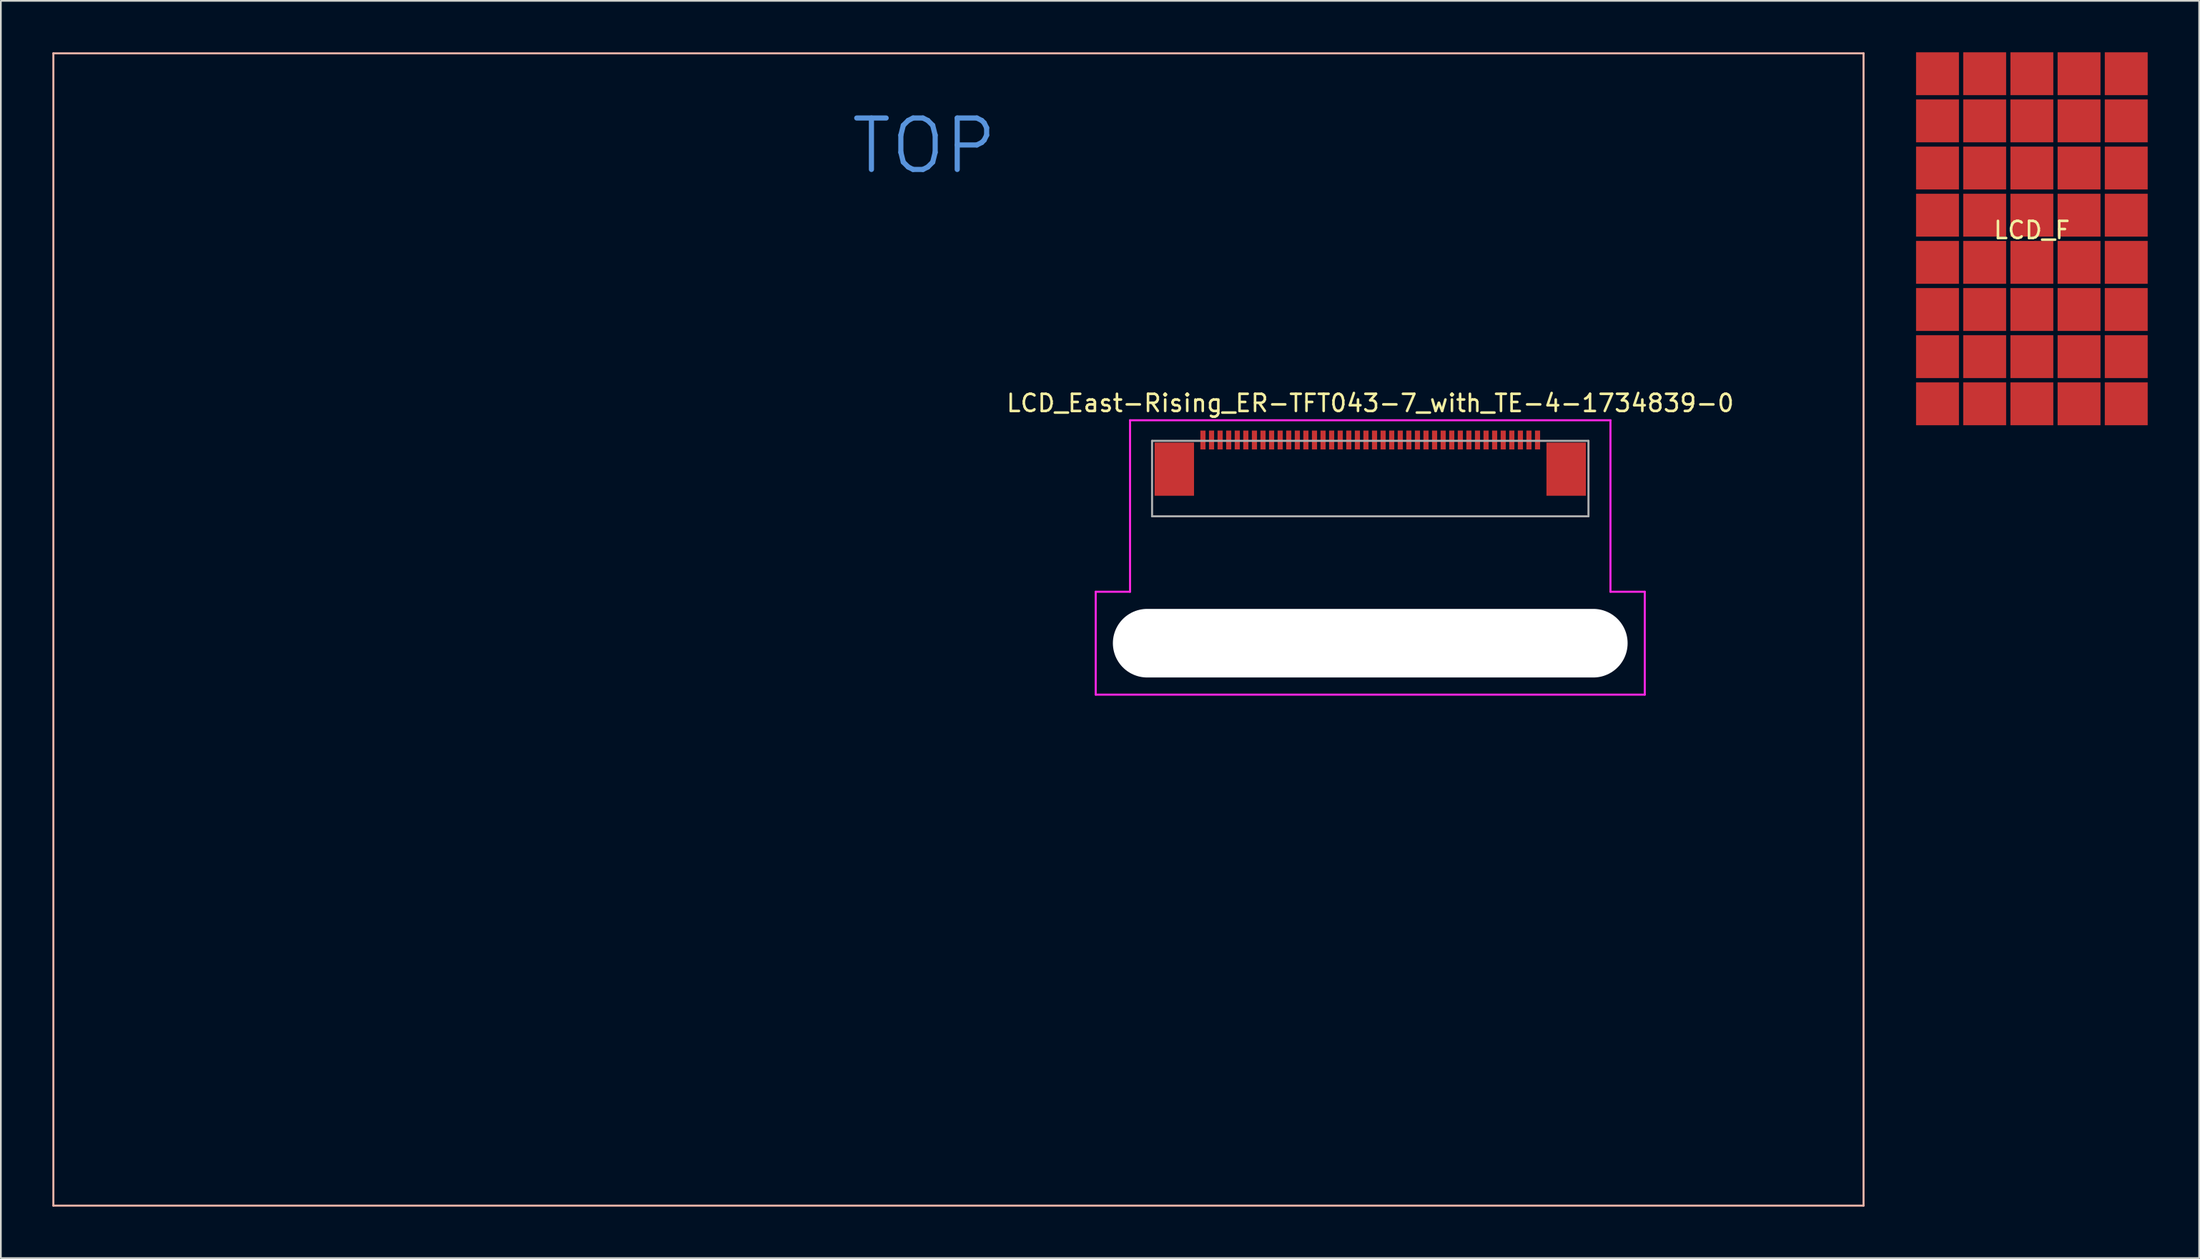
<source format=kicad_pcb>
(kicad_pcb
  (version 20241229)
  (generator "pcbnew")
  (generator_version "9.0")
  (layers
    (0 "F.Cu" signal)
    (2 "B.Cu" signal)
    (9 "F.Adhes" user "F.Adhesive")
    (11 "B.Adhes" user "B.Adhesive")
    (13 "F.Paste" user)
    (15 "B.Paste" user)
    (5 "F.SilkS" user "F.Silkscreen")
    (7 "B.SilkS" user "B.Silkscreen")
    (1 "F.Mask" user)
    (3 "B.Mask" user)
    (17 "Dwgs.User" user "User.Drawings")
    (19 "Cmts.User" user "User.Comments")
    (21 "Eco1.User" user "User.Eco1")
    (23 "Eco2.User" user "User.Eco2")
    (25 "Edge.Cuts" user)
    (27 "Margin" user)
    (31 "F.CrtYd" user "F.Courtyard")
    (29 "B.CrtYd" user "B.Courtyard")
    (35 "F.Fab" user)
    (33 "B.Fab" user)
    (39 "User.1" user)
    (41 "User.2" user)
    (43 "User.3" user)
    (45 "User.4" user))
  (footprint "LCD_F"
    (layer "F.Cu")
    (at 115.37 10.875)
    (property "Reference" "LCD_F" (at 0 -0.5 0) (unlocked yes) (layer "F.SilkS") (effects (font (size 1 1) (thickness 0.15))))
    (attr exclude_from_pos_files exclude_from_bom)
    (pad "1" smd rect (at -5.5 9.625) (size 2.5 2.5) (layers "F.Cu"))
    (pad "2" smd rect (at -2.75 9.625) (size 2.5 2.5) (layers "F.Cu"))
    (pad "3" smd rect (at 0 9.625) (size 2.5 2.5) (layers "F.Cu"))
    (pad "4" smd rect (at 2.75 9.625) (size 2.5 2.5) (layers "F.Cu"))
    (pad "5" smd rect (at 5.5 9.625) (size 2.5 2.5) (layers "F.Cu"))
    (pad "6" smd rect (at -5.5 6.875) (size 2.5 2.5) (layers "F.Cu" "F.Mask"))
    (pad "7" smd rect (at -2.75 6.875) (size 2.5 2.5) (layers "F.Cu"))
    (pad "8" smd rect (at 0 6.875) (size 2.5 2.5) (layers "F.Cu"))
    (pad "9" smd rect (at 2.75 6.875) (size 2.5 2.5) (layers "F.Cu"))
    (pad "10" smd rect (at 5.5 6.875) (size 2.5 2.5) (layers "F.Cu"))
    (pad "11" smd rect (at -5.5 4.125) (size 2.5 2.5) (layers "F.Cu" "F.Mask"))
    (pad "12" smd rect (at -2.75 4.125) (size 2.5 2.5) (layers "F.Cu"))
    (pad "13" smd rect (at 0 4.125) (size 2.5 2.5) (layers "F.Cu"))
    (pad "14" smd rect (at 2.75 4.125) (size 2.5 2.5) (layers "F.Cu"))
    (pad "15" smd rect (at 5.5 4.125) (size 2.5 2.5) (layers "F.Cu"))
    (pad "16" smd rect (at -5.5 1.375) (size 2.5 2.5) (layers "F.Cu" "F.Mask"))
    (pad "17" smd rect (at -2.75 1.375) (size 2.5 2.5) (layers "F.Cu"))
    (pad "18" smd rect (at 0 1.375) (size 2.5 2.5) (layers "F.Cu"))
    (pad "19" smd rect (at 2.75 1.375) (size 2.5 2.5) (layers "F.Cu"))
    (pad "20" smd rect (at 5.5 1.375) (size 2.5 2.5) (layers "F.Cu"))
    (pad "21" smd rect (at -5.5 -1.375) (size 2.5 2.5) (layers "F.Cu" "F.Mask"))
    (pad "22" smd rect (at -2.75 -1.375) (size 2.5 2.5) (layers "F.Cu" "F.Mask"))
    (pad "23" smd rect (at 0 -1.375) (size 2.5 2.5) (layers "F.Cu" "F.Mask"))
    (pad "24" smd rect (at 2.75 -1.375) (size 2.5 2.5) (layers "F.Cu" "F.Mask"))
    (pad "25" smd rect (at 5.5 -1.375) (size 2.5 2.5) (layers "F.Cu"))
    (pad "26" smd rect (at -5.5 -4.125) (size 2.5 2.5) (layers "F.Cu" "F.Mask"))
    (pad "27" smd rect (at -2.75 -4.125) (size 2.5 2.5) (layers "F.Cu"))
    (pad "28" smd rect (at 0 -4.125) (size 2.5 2.5) (layers "F.Cu"))
    (pad "29" smd rect (at 2.75 -4.125) (size 2.5 2.5) (layers "F.Cu"))
    (pad "30" smd rect (at 5.5 -4.125) (size 2.5 2.5) (layers "F.Cu"))
    (pad "31" smd rect (at -5.5 -6.875) (size 2.5 2.5) (layers "F.Cu" "F.Mask"))
    (pad "32" smd rect (at -2.75 -6.875) (size 2.5 2.5) (layers "F.Cu"))
    (pad "33" smd rect (at 0 -6.875) (size 2.5 2.5) (layers "F.Cu"))
    (pad "34" smd rect (at 2.75 -6.875) (size 2.5 2.5) (layers "F.Cu"))
    (pad "35" smd rect (at 5.5 -6.875) (size 2.5 2.5) (layers "F.Cu"))
    (pad "36" smd rect (at -5.5 -9.625) (size 2.5 2.5) (layers "F.Cu" "F.Mask"))
    (pad "37" smd rect (at -2.75 -9.625) (size 2.5 2.5) (layers "F.Cu" "F.Mask"))
    (pad "38" smd rect (at 0 -9.625) (size 2.5 2.5) (layers "F.Cu" "F.Mask"))
    (pad "39" smd rect (at 2.75 -9.625) (size 2.5 2.5) (layers "F.Cu" "F.Mask"))
    (pad "40" smd rect (at 5.5 -9.625) (size 2.5 2.5) (layers "F.Cu" "F.Mask")))
  (footprint "LCD_East-Rising_ER-TFT043-7_with_TE-4-1734839-0"
    (layer "F.Cu")
    (at 76.81 26.46)
    (property "Reference" "LCD_East-Rising_ER-TFT043-7_with_TE-4-1734839-0" (at 0 -6 0) (layer "F.SilkS") (effects (font (size 1 1) (thickness 0.15))))
    (attr through_hole)
    (fp_line (start -76.75 -26.4) (end -76.75 40.8) (stroke (width 0.12) (type solid)) (layer "B.SilkS"))
    (fp_line (start -76.75 40.8) (end 28.75 40.8) (stroke (width 0.12) (type solid)) (layer "B.SilkS"))
    (fp_line (start 28.75 -26.4) (end -76.75 -26.4) (stroke (width 0.12) (type solid)) (layer "B.SilkS"))
    (fp_line (start 28.75 -26.4) (end 28.75 40.8) (stroke (width 0.12) (type solid)) (layer "B.SilkS"))
    (fp_line (start -16 5) (end -14 5) (stroke (width 0.12) (type solid)) (layer "F.CrtYd"))
    (fp_line (start -16 11) (end -16 5) (stroke (width 0.12) (type solid)) (layer "F.CrtYd"))
    (fp_line (start -14 -5) (end 14 -5) (stroke (width 0.12) (type solid)) (layer "F.CrtYd"))
    (fp_line (start -14 5) (end -14 -5) (stroke (width 0.12) (type solid)) (layer "F.CrtYd"))
    (fp_line (start 14 -5) (end 14 5) (stroke (width 0.12) (type solid)) (layer "F.CrtYd"))
    (fp_line (start 14 5) (end 16 5) (stroke (width 0.12) (type solid)) (layer "F.CrtYd"))
    (fp_line (start 16 5) (end 16 11) (stroke (width 0.12) (type solid)) (layer "F.CrtYd"))
    (fp_line (start 16 11) (end -16 11) (stroke (width 0.12) (type solid)) (layer "F.CrtYd"))
    (fp_line (start -12.715 -3.8) (end 12.715 -3.8) (stroke (width 0.12) (type solid)) (layer "F.Fab"))
    (fp_line (start -12.715 0.6) (end -12.715 -3.8) (stroke (width 0.12) (type solid)) (layer "F.Fab"))
    (fp_line (start 12.715 0.6) (end -12.715 0.6) (stroke (width 0.12) (type solid)) (layer "F.Fab"))
    (fp_line (start 12.718 -3.8) (end 12.718 0.6) (stroke (width 0.12) (type solid)) (layer "F.Fab"))
    (fp_text user "TOP" (at -26 -21 0) (layer "Cmts.User") (effects (font (size 3 3) (thickness 0.3))))
    (pad "" np_thru_hole oval (at 0 8) (size 30 4) (drill oval 30 4) (layers "*.Cu" "*.Mask"))
    (pad "1" smd rect (at 9.75 -3.85) (size 0.3 1.1) (layers "F.Cu" "F.Mask" "F.Paste"))
    (pad "2" smd rect (at 9.25 -3.85) (size 0.3 1.1) (layers "F.Cu" "F.Mask" "F.Paste"))
    (pad "3" smd rect (at 8.75 -3.85) (size 0.3 1.1) (layers "F.Cu" "F.Mask" "F.Paste"))
    (pad "4" smd rect (at 8.25 -3.85) (size 0.3 1.1) (layers "F.Cu" "F.Mask" "F.Paste"))
    (pad "5" smd rect (at 7.75 -3.85) (size 0.3 1.1) (layers "F.Cu" "F.Mask" "F.Paste"))
    (pad "6" smd rect (at 7.25 -3.85) (size 0.3 1.1) (layers "F.Cu" "F.Mask" "F.Paste"))
    (pad "7" smd rect (at 6.75 -3.85) (size 0.3 1.1) (layers "F.Cu" "F.Mask" "F.Paste"))
    (pad "8" smd rect (at 6.25 -3.85) (size 0.3 1.1) (layers "F.Cu" "F.Mask" "F.Paste"))
    (pad "9" smd rect (at 5.75 -3.85) (size 0.3 1.1) (layers "F.Cu" "F.Mask" "F.Paste"))
    (pad "10" smd rect (at 5.25 -3.85) (size 0.3 1.1) (layers "F.Cu" "F.Mask" "F.Paste"))
    (pad "11" smd rect (at 4.75 -3.85) (size 0.3 1.1) (layers "F.Cu" "F.Mask" "F.Paste"))
    (pad "12" smd rect (at 4.25 -3.85) (size 0.3 1.1) (layers "F.Cu" "F.Mask" "F.Paste"))
    (pad "13" smd rect (at 3.75 -3.85) (size 0.3 1.1) (layers "F.Cu" "F.Mask" "F.Paste"))
    (pad "14" smd rect (at 3.25 -3.85) (size 0.3 1.1) (layers "F.Cu" "F.Mask" "F.Paste"))
    (pad "15" smd rect (at 2.75 -3.85) (size 0.3 1.1) (layers "F.Cu" "F.Mask" "F.Paste"))
    (pad "16" smd rect (at 2.25 -3.85) (size 0.3 1.1) (layers "F.Cu" "F.Mask" "F.Paste"))
    (pad "17" smd rect (at 1.75 -3.85) (size 0.3 1.1) (layers "F.Cu" "F.Mask" "F.Paste"))
    (pad "18" smd rect (at 1.25 -3.85) (size 0.3 1.1) (layers "F.Cu" "F.Mask" "F.Paste"))
    (pad "19" smd rect (at 0.75 -3.85) (size 0.3 1.1) (layers "F.Cu" "F.Mask" "F.Paste"))
    (pad "20" smd rect (at 0.25 -3.85) (size 0.3 1.1) (layers "F.Cu" "F.Mask" "F.Paste"))
    (pad "21" smd rect (at -0.25 -3.85) (size 0.3 1.1) (layers "F.Cu" "F.Mask" "F.Paste"))
    (pad "22" smd rect (at -0.75 -3.85) (size 0.3 1.1) (layers "F.Cu" "F.Mask" "F.Paste"))
    (pad "23" smd rect (at -1.25 -3.85) (size 0.3 1.1) (layers "F.Cu" "F.Mask" "F.Paste"))
    (pad "24" smd rect (at -1.75 -3.85) (size 0.3 1.1) (layers "F.Cu" "F.Mask" "F.Paste"))
    (pad "25" smd rect (at -2.25 -3.85) (size 0.3 1.1) (layers "F.Cu" "F.Mask" "F.Paste"))
    (pad "26" smd rect (at -2.75 -3.85) (size 0.3 1.1) (layers "F.Cu" "F.Mask" "F.Paste"))
    (pad "27" smd rect (at -3.25 -3.85) (size 0.3 1.1) (layers "F.Cu" "F.Mask" "F.Paste"))
    (pad "28" smd rect (at -3.75 -3.85) (size 0.3 1.1) (layers "F.Cu" "F.Mask" "F.Paste"))
    (pad "29" smd rect (at -4.25 -3.85) (size 0.3 1.1) (layers "F.Cu" "F.Mask" "F.Paste"))
    (pad "30" smd rect (at -4.75 -3.85) (size 0.3 1.1) (layers "F.Cu" "F.Mask" "F.Paste"))
    (pad "31" smd rect (at -5.25 -3.85) (size 0.3 1.1) (layers "F.Cu" "F.Mask" "F.Paste"))
    (pad "32" smd rect (at -5.75 -3.85) (size 0.3 1.1) (layers "F.Cu" "F.Mask" "F.Paste"))
    (pad "33" smd rect (at -6.25 -3.85) (size 0.3 1.1) (layers "F.Cu" "F.Mask" "F.Paste"))
    (pad "34" smd rect (at -6.75 -3.85) (size 0.3 1.1) (layers "F.Cu" "F.Mask" "F.Paste"))
    (pad "35" smd rect (at -7.25 -3.85) (size 0.3 1.1) (layers "F.Cu" "F.Mask" "F.Paste"))
    (pad "36" smd rect (at -7.75 -3.85) (size 0.3 1.1) (layers "F.Cu" "F.Mask" "F.Paste"))
    (pad "37" smd rect (at -8.25 -3.85) (size 0.3 1.1) (layers "F.Cu" "F.Mask" "F.Paste"))
    (pad "38" smd rect (at -8.75 -3.85) (size 0.3 1.1) (layers "F.Cu" "F.Mask" "F.Paste"))
    (pad "39" smd rect (at -9.25 -3.85) (size 0.3 1.1) (layers "F.Cu" "F.Mask" "F.Paste"))
    (pad "40" smd rect (at -9.75 -3.85) (size 0.3 1.1) (layers "F.Cu" "F.Mask" "F.Paste"))
    (pad "SH" smd rect (at -11.42 -2.15) (size 2.3 3.1) (layers "F.Cu" "F.Mask" "F.Paste"))
    (pad "SH" smd rect (at 11.42 -2.15) (size 2.3 3.1) (layers "F.Cu" "F.Mask" "F.Paste")))
  (gr_rect
    (start -3 -3)
    (end 125.12 70.32)
    (stroke (width 0.1) (type default))
    (fill no)
    (layer "Edge.Cuts")))
</source>
